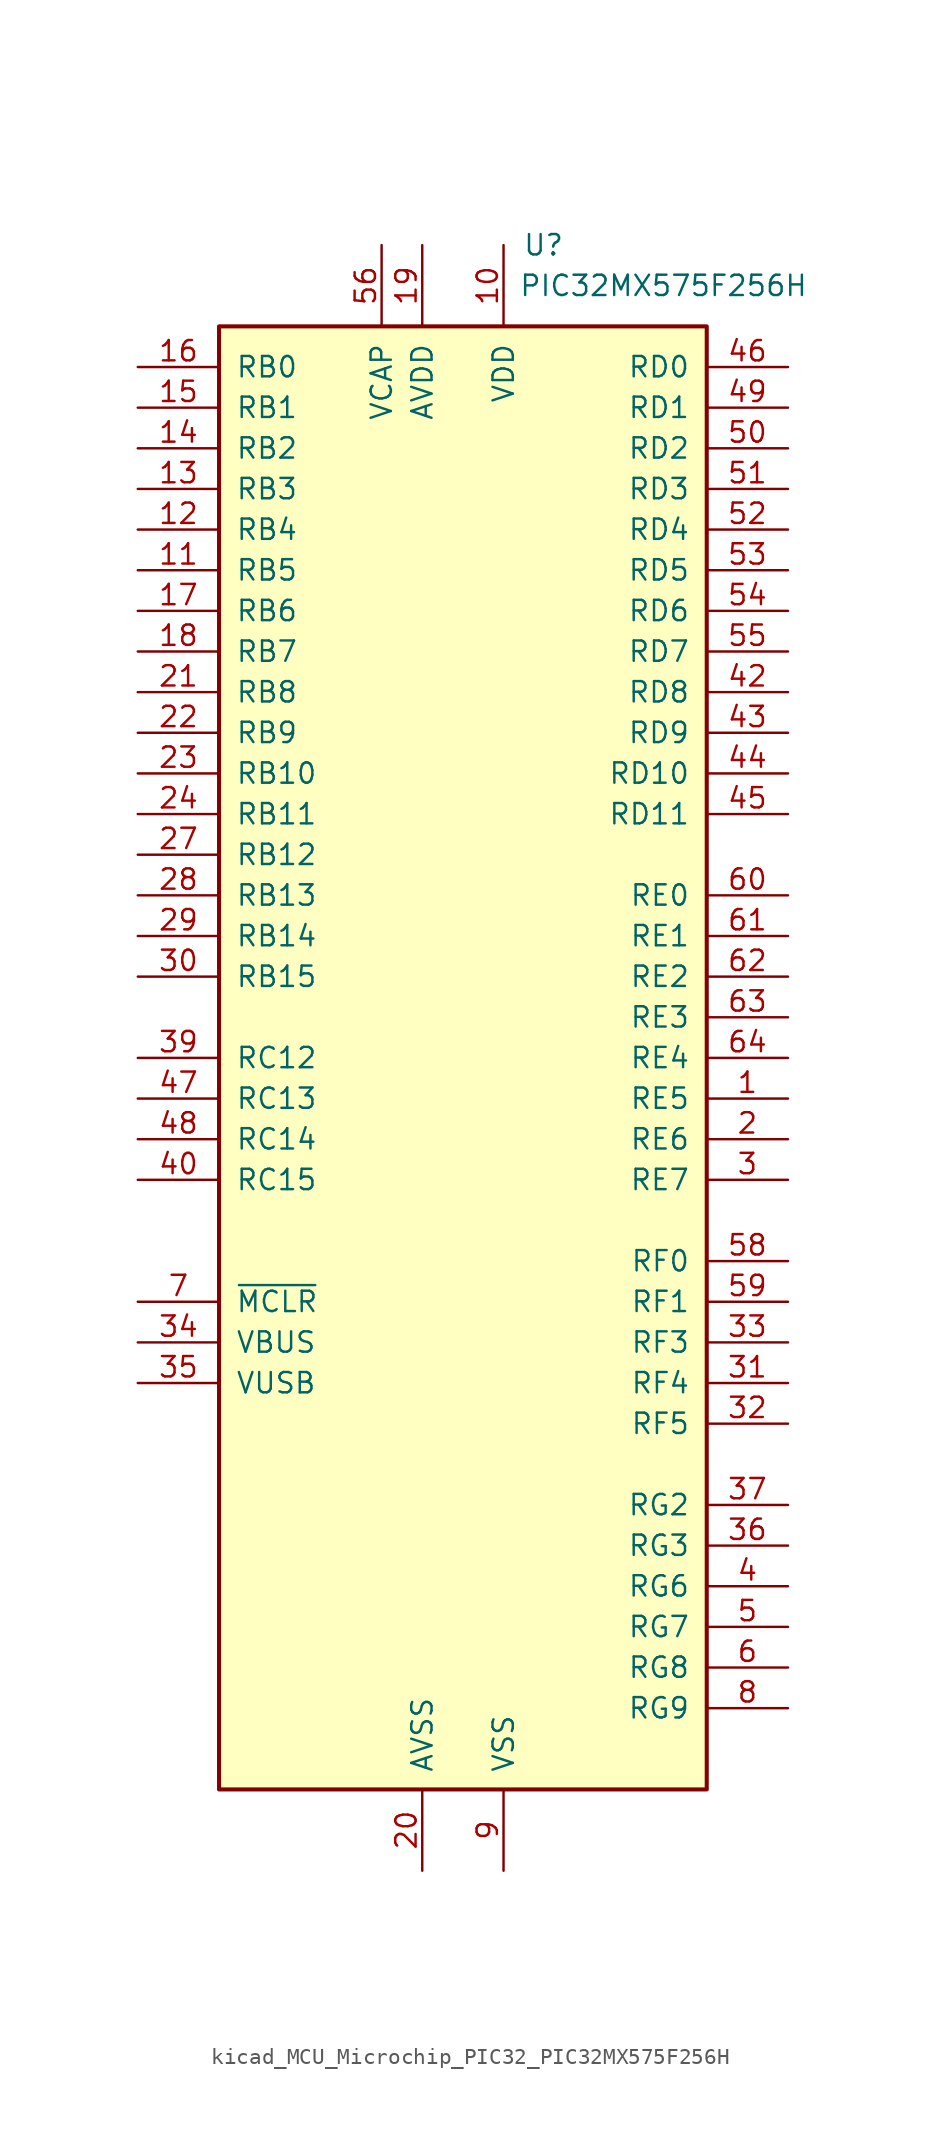
<source format=kicad_sym>
(kicad_symbol_lib
  (version 20220914)
  (generator kicad_symbol_editor)
  (symbol "kicad_MCU_Microchip_PIC32_PIC32MX575F256H"
    (pin_names
      (offset 1.016))
    (property "Reference" "U"
      (at 6.35 50.8 0)
      (effects (font (size 1.27 1.27)) (justify right)))
    (property "Value" "PIC32MX575F256H"
      (at 21.59 48.26 0)
      (effects (font (size 1.27 1.27)) (justify right)))
    (symbol "kicad_MCU_Microchip_PIC32_PIC32MX575F256H_0_1"
      (rectangle (start -15.24 45.72) (end 15.24 -45.72) (stroke (width 0.254) (type default)) (fill (type background))))
    (symbol "kicad_MCU_Microchip_PIC32_PIC32MX575F256H_1_1"
      (pin bidirectional line (at 20.32 -2.54 180) (length 5.08) (name "RE5" (effects (font (size 1.27 1.27)))) (number "1" (effects (font (size 1.27 1.27)))))
      (pin power_in line (at 2.54 50.8 270) (length 5.08) (name "VDD" (effects (font (size 1.27 1.27)))) (number "10" (effects (font (size 1.27 1.27)))))
      (pin bidirectional line (at -20.32 30.48 0) (length 5.08) (name "RB5" (effects (font (size 1.27 1.27)))) (number "11" (effects (font (size 1.27 1.27)))))
      (pin bidirectional line (at -20.32 33.02 0) (length 5.08) (name "RB4" (effects (font (size 1.27 1.27)))) (number "12" (effects (font (size 1.27 1.27)))))
      (pin bidirectional line (at -20.32 35.56 0) (length 5.08) (name "RB3" (effects (font (size 1.27 1.27)))) (number "13" (effects (font (size 1.27 1.27)))))
      (pin bidirectional line (at -20.32 38.1 0) (length 5.08) (name "RB2" (effects (font (size 1.27 1.27)))) (number "14" (effects (font (size 1.27 1.27)))))
      (pin bidirectional line (at -20.32 40.64 0) (length 5.08) (name "RB1" (effects (font (size 1.27 1.27)))) (number "15" (effects (font (size 1.27 1.27)))))
      (pin bidirectional line (at -20.32 43.18 0) (length 5.08) (name "RB0" (effects (font (size 1.27 1.27)))) (number "16" (effects (font (size 1.27 1.27)))))
      (pin bidirectional line (at -20.32 27.94 0) (length 5.08) (name "RB6" (effects (font (size 1.27 1.27)))) (number "17" (effects (font (size 1.27 1.27)))))
      (pin bidirectional line (at -20.32 25.4 0) (length 5.08) (name "RB7" (effects (font (size 1.27 1.27)))) (number "18" (effects (font (size 1.27 1.27)))))
      (pin power_in line (at -2.54 50.8 270) (length 5.08) (name "AVDD" (effects (font (size 1.27 1.27)))) (number "19" (effects (font (size 1.27 1.27)))))
      (pin bidirectional line (at 20.32 -5.08 180) (length 5.08) (name "RE6" (effects (font (size 1.27 1.27)))) (number "2" (effects (font (size 1.27 1.27)))))
      (pin power_in line (at -2.54 -50.8 90) (length 5.08) (name "AVSS" (effects (font (size 1.27 1.27)))) (number "20" (effects (font (size 1.27 1.27)))))
      (pin bidirectional line (at -20.32 22.86 0) (length 5.08) (name "RB8" (effects (font (size 1.27 1.27)))) (number "21" (effects (font (size 1.27 1.27)))))
      (pin bidirectional line (at -20.32 20.32 0) (length 5.08) (name "RB9" (effects (font (size 1.27 1.27)))) (number "22" (effects (font (size 1.27 1.27)))))
      (pin bidirectional line (at -20.32 17.78 0) (length 5.08) (name "RB10" (effects (font (size 1.27 1.27)))) (number "23" (effects (font (size 1.27 1.27)))))
      (pin bidirectional line (at -20.32 15.24 0) (length 5.08) (name "RB11" (effects (font (size 1.27 1.27)))) (number "24" (effects (font (size 1.27 1.27)))))
      (pin passive line (at 2.54 -50.8 90) (length 5.08) hide (name "VSS" (effects (font (size 1.27 1.27)))) (number "25" (effects (font (size 1.27 1.27)))))
      (pin passive line (at 2.54 50.8 270) (length 5.08) hide (name "VDD" (effects (font (size 1.27 1.27)))) (number "26" (effects (font (size 1.27 1.27)))))
      (pin bidirectional line (at -20.32 12.7 0) (length 5.08) (name "RB12" (effects (font (size 1.27 1.27)))) (number "27" (effects (font (size 1.27 1.27)))))
      (pin bidirectional line (at -20.32 10.16 0) (length 5.08) (name "RB13" (effects (font (size 1.27 1.27)))) (number "28" (effects (font (size 1.27 1.27)))))
      (pin bidirectional line (at -20.32 7.62 0) (length 5.08) (name "RB14" (effects (font (size 1.27 1.27)))) (number "29" (effects (font (size 1.27 1.27)))))
      (pin bidirectional line (at 20.32 -7.62 180) (length 5.08) (name "RE7" (effects (font (size 1.27 1.27)))) (number "3" (effects (font (size 1.27 1.27)))))
      (pin bidirectional line (at -20.32 5.08 0) (length 5.08) (name "RB15" (effects (font (size 1.27 1.27)))) (number "30" (effects (font (size 1.27 1.27)))))
      (pin bidirectional line (at 20.32 -20.32 180) (length 5.08) (name "RF4" (effects (font (size 1.27 1.27)))) (number "31" (effects (font (size 1.27 1.27)))))
      (pin bidirectional line (at 20.32 -22.86 180) (length 5.08) (name "RF5" (effects (font (size 1.27 1.27)))) (number "32" (effects (font (size 1.27 1.27)))))
      (pin bidirectional line (at 20.32 -17.78 180) (length 5.08) (name "RF3" (effects (font (size 1.27 1.27)))) (number "33" (effects (font (size 1.27 1.27)))))
      (pin input line (at -20.32 -17.78 0) (length 5.08) (name "VBUS" (effects (font (size 1.27 1.27)))) (number "34" (effects (font (size 1.27 1.27)))))
      (pin power_in line (at -20.32 -20.32 0) (length 5.08) (name "VUSB" (effects (font (size 1.27 1.27)))) (number "35" (effects (font (size 1.27 1.27)))))
      (pin bidirectional line (at 20.32 -30.48 180) (length 5.08) (name "RG3" (effects (font (size 1.27 1.27)))) (number "36" (effects (font (size 1.27 1.27)))))
      (pin bidirectional line (at 20.32 -27.94 180) (length 5.08) (name "RG2" (effects (font (size 1.27 1.27)))) (number "37" (effects (font (size 1.27 1.27)))))
      (pin passive line (at 2.54 50.8 270) (length 5.08) hide (name "VDD" (effects (font (size 1.27 1.27)))) (number "38" (effects (font (size 1.27 1.27)))))
      (pin bidirectional line (at -20.32 0 0) (length 5.08) (name "RC12" (effects (font (size 1.27 1.27)))) (number "39" (effects (font (size 1.27 1.27)))))
      (pin bidirectional line (at 20.32 -33.02 180) (length 5.08) (name "RG6" (effects (font (size 1.27 1.27)))) (number "4" (effects (font (size 1.27 1.27)))))
      (pin bidirectional line (at -20.32 -7.62 0) (length 5.08) (name "RC15" (effects (font (size 1.27 1.27)))) (number "40" (effects (font (size 1.27 1.27)))))
      (pin passive line (at 2.54 -50.8 90) (length 5.08) hide (name "VSS" (effects (font (size 1.27 1.27)))) (number "41" (effects (font (size 1.27 1.27)))))
      (pin bidirectional line (at 20.32 22.86 180) (length 5.08) (name "RD8" (effects (font (size 1.27 1.27)))) (number "42" (effects (font (size 1.27 1.27)))))
      (pin bidirectional line (at 20.32 20.32 180) (length 5.08) (name "RD9" (effects (font (size 1.27 1.27)))) (number "43" (effects (font (size 1.27 1.27)))))
      (pin bidirectional line (at 20.32 17.78 180) (length 5.08) (name "RD10" (effects (font (size 1.27 1.27)))) (number "44" (effects (font (size 1.27 1.27)))))
      (pin bidirectional line (at 20.32 15.24 180) (length 5.08) (name "RD11" (effects (font (size 1.27 1.27)))) (number "45" (effects (font (size 1.27 1.27)))))
      (pin bidirectional line (at 20.32 43.18 180) (length 5.08) (name "RD0" (effects (font (size 1.27 1.27)))) (number "46" (effects (font (size 1.27 1.27)))))
      (pin bidirectional line (at -20.32 -2.54 0) (length 5.08) (name "RC13" (effects (font (size 1.27 1.27)))) (number "47" (effects (font (size 1.27 1.27)))))
      (pin bidirectional line (at -20.32 -5.08 0) (length 5.08) (name "RC14" (effects (font (size 1.27 1.27)))) (number "48" (effects (font (size 1.27 1.27)))))
      (pin bidirectional line (at 20.32 40.64 180) (length 5.08) (name "RD1" (effects (font (size 1.27 1.27)))) (number "49" (effects (font (size 1.27 1.27)))))
      (pin bidirectional line (at 20.32 -35.56 180) (length 5.08) (name "RG7" (effects (font (size 1.27 1.27)))) (number "5" (effects (font (size 1.27 1.27)))))
      (pin bidirectional line (at 20.32 38.1 180) (length 5.08) (name "RD2" (effects (font (size 1.27 1.27)))) (number "50" (effects (font (size 1.27 1.27)))))
      (pin bidirectional line (at 20.32 35.56 180) (length 5.08) (name "RD3" (effects (font (size 1.27 1.27)))) (number "51" (effects (font (size 1.27 1.27)))))
      (pin bidirectional line (at 20.32 33.02 180) (length 5.08) (name "RD4" (effects (font (size 1.27 1.27)))) (number "52" (effects (font (size 1.27 1.27)))))
      (pin bidirectional line (at 20.32 30.48 180) (length 5.08) (name "RD5" (effects (font (size 1.27 1.27)))) (number "53" (effects (font (size 1.27 1.27)))))
      (pin bidirectional line (at 20.32 27.94 180) (length 5.08) (name "RD6" (effects (font (size 1.27 1.27)))) (number "54" (effects (font (size 1.27 1.27)))))
      (pin bidirectional line (at 20.32 25.4 180) (length 5.08) (name "RD7" (effects (font (size 1.27 1.27)))) (number "55" (effects (font (size 1.27 1.27)))))
      (pin power_out line (at -5.08 50.8 270) (length 5.08) (name "VCAP" (effects (font (size 1.27 1.27)))) (number "56" (effects (font (size 1.27 1.27)))))
      (pin passive line (at 2.54 50.8 270) (length 5.08) hide (name "VDD" (effects (font (size 1.27 1.27)))) (number "57" (effects (font (size 1.27 1.27)))))
      (pin bidirectional line (at 20.32 -12.7 180) (length 5.08) (name "RF0" (effects (font (size 1.27 1.27)))) (number "58" (effects (font (size 1.27 1.27)))))
      (pin bidirectional line (at 20.32 -15.24 180) (length 5.08) (name "RF1" (effects (font (size 1.27 1.27)))) (number "59" (effects (font (size 1.27 1.27)))))
      (pin bidirectional line (at 20.32 -38.1 180) (length 5.08) (name "RG8" (effects (font (size 1.27 1.27)))) (number "6" (effects (font (size 1.27 1.27)))))
      (pin bidirectional line (at 20.32 10.16 180) (length 5.08) (name "RE0" (effects (font (size 1.27 1.27)))) (number "60" (effects (font (size 1.27 1.27)))))
      (pin bidirectional line (at 20.32 7.62 180) (length 5.08) (name "RE1" (effects (font (size 1.27 1.27)))) (number "61" (effects (font (size 1.27 1.27)))))
      (pin bidirectional line (at 20.32 5.08 180) (length 5.08) (name "RE2" (effects (font (size 1.27 1.27)))) (number "62" (effects (font (size 1.27 1.27)))))
      (pin bidirectional line (at 20.32 2.54 180) (length 5.08) (name "RE3" (effects (font (size 1.27 1.27)))) (number "63" (effects (font (size 1.27 1.27)))))
      (pin bidirectional line (at 20.32 0 180) (length 5.08) (name "RE4" (effects (font (size 1.27 1.27)))) (number "64" (effects (font (size 1.27 1.27)))))
      (pin input line (at -20.32 -15.24 0) (length 5.08) (name "~{MCLR}" (effects (font (size 1.27 1.27)))) (number "7" (effects (font (size 1.27 1.27)))))
      (pin bidirectional line (at 20.32 -40.64 180) (length 5.08) (name "RG9" (effects (font (size 1.27 1.27)))) (number "8" (effects (font (size 1.27 1.27)))))
      (pin power_in line (at 2.54 -50.8 90) (length 5.08) (name "VSS" (effects (font (size 1.27 1.27)))) (number "9" (effects (font (size 1.27 1.27))))))))
</source>
